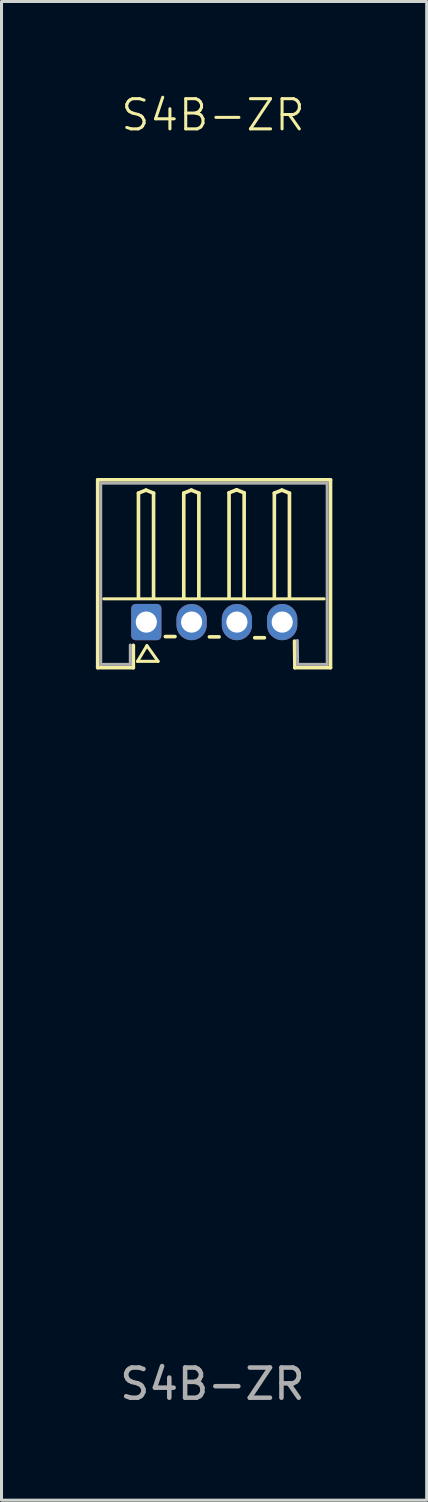
<source format=kicad_pcb>
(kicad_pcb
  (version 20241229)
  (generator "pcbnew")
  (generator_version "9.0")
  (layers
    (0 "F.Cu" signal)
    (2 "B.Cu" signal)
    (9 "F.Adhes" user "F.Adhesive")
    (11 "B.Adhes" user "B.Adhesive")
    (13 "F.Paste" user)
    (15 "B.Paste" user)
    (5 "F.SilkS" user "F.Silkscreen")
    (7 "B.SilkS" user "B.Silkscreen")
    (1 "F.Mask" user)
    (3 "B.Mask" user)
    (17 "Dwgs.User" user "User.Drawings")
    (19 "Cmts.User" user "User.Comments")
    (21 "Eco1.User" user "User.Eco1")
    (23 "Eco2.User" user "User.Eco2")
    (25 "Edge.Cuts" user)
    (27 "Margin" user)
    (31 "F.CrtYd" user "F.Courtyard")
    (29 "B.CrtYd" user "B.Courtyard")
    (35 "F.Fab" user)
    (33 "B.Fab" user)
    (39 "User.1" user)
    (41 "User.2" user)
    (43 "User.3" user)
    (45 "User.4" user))
  (footprint "S4B-ZR"
    (layer "F.Cu")
    (at 3.985 15.88)
    (property "Reference" "S4B-ZR" (at 0.02 -15.12 0) (unlocked yes) (layer "F.SilkS") (effects (font (size 1 1) (thickness 0.1))))
    (attr smd)
    (fp_line (start -3.8 -3.04) (end 3.91 -3.04) (stroke (width 0.12) (type solid)) (layer "F.SilkS"))
    (fp_line (start -3.8 3.18) (end -3.8 -3.04) (stroke (width 0.12) (type solid)) (layer "F.SilkS"))
    (fp_line (start -3.8 3.18) (end -2.62 3.18) (stroke (width 0.12) (type default)) (layer "F.SilkS"))
    (fp_line (start -2.62 3.18) (end -2.62 2.44) (stroke (width 0.12) (type default)) (layer "F.SilkS"))
    (fp_line (start -2.48 2.97) (end -2.17 2.45) (stroke (width 0.1) (type default)) (layer "F.SilkS"))
    (fp_line (start -2.45 -2.6) (end -2.2 -2.7) (stroke (width 0.12) (type solid)) (layer "F.SilkS"))
    (fp_line (start -2.45 0.85) (end -2.45 -2.6) (stroke (width 0.12) (type solid)) (layer "F.SilkS"))
    (fp_line (start -2.2 -2.7) (end -1.95 -2.6) (stroke (width 0.12) (type solid)) (layer "F.SilkS"))
    (fp_line (start -1.95 -2.6) (end -1.95 0.85) (stroke (width 0.12) (type solid)) (layer "F.SilkS"))
    (fp_line (start -1.8 2.97) (end -2.48 2.97) (stroke (width 0.1) (type default)) (layer "F.SilkS"))
    (fp_line (start -1.8 2.97) (end -2.17 2.45) (stroke (width 0.1) (type default)) (layer "F.SilkS"))
    (fp_line (start -1.24 2.15) (end -1.56 2.15) (stroke (width 0.12) (type solid)) (layer "F.SilkS"))
    (fp_line (start -0.95 -2.6) (end -0.7 -2.7) (stroke (width 0.12) (type solid)) (layer "F.SilkS"))
    (fp_line (start -0.95 0.85) (end -0.95 -2.6) (stroke (width 0.12) (type solid)) (layer "F.SilkS"))
    (fp_line (start -0.7 -2.7) (end -0.45 -2.6) (stroke (width 0.12) (type solid)) (layer "F.SilkS"))
    (fp_line (start -0.45 -2.6) (end -0.45 0.85) (stroke (width 0.12) (type solid)) (layer "F.SilkS"))
    (fp_line (start 0.22 2.16) (end -0.1 2.16) (stroke (width 0.12) (type solid)) (layer "F.SilkS"))
    (fp_line (start 0.55 -2.61) (end 0.8 -2.71) (stroke (width 0.12) (type solid)) (layer "F.SilkS"))
    (fp_line (start 0.55 0.85) (end 0.55 -2.61) (stroke (width 0.12) (type solid)) (layer "F.SilkS"))
    (fp_line (start 0.8 -2.71) (end 1.05 -2.61) (stroke (width 0.12) (type solid)) (layer "F.SilkS"))
    (fp_line (start 1.05 -2.61) (end 1.05 0.85) (stroke (width 0.12) (type solid)) (layer "F.SilkS"))
    (fp_line (start 1.72 2.19) (end 1.4 2.19) (stroke (width 0.12) (type solid)) (layer "F.SilkS"))
    (fp_line (start 2.05 -2.6) (end 2.3 -2.7) (stroke (width 0.12) (type solid)) (layer "F.SilkS"))
    (fp_line (start 2.05 0.85) (end 2.05 -2.6) (stroke (width 0.12) (type solid)) (layer "F.SilkS"))
    (fp_line (start 2.3 -2.7) (end 2.55 -2.6) (stroke (width 0.12) (type solid)) (layer "F.SilkS"))
    (fp_line (start 2.55 -2.6) (end 2.55 0.85) (stroke (width 0.12) (type solid)) (layer "F.SilkS"))
    (fp_line (start 2.73 3.18) (end 2.72 2.3) (stroke (width 0.12) (type default)) (layer "F.SilkS"))
    (fp_line (start 2.73 3.18) (end 3.91 3.18) (stroke (width 0.12) (type default)) (layer "F.SilkS"))
    (fp_line (start 3.7 0.9) (end -3.6 0.9) (stroke (width 0.1) (type default)) (layer "F.SilkS"))
    (fp_line (start 3.91 3.18) (end 3.91 -3.04) (stroke (width 0.12) (type solid)) (layer "F.SilkS"))
    (fp_rect (start -3.96 -3.2) (end 4.07 3.34) (stroke (width 0.05) (type default)) (fill no) (layer "Margin"))
    (fp_line (start -3.7 -2.93) (end -3.7 3.07) (stroke (width 0.1) (type solid)) (layer "F.Fab"))
    (fp_line (start -3.7 -2.93) (end 3.8 -2.93) (stroke (width 0.1) (type solid)) (layer "F.Fab"))
    (fp_line (start -3.7 3.07) (end -2.72 3.07) (stroke (width 0.1) (type default)) (layer "F.Fab"))
    (fp_line (start -2.72 3.07) (end -2.72 2.43) (stroke (width 0.1) (type default)) (layer "F.Fab"))
    (fp_line (start 2.82 3.07) (end 2.81 2.28) (stroke (width 0.1) (type default)) (layer "F.Fab"))
    (fp_line (start 2.82 3.07) (end 3.8 3.07) (stroke (width 0.1) (type default)) (layer "F.Fab"))
    (fp_line (start 3.8 -2.93) (end 3.8 3.07) (stroke (width 0.1) (type solid)) (layer "F.Fab"))
    (fp_text user "${REFERENCE}" (at 0 26.9 0) (unlocked yes) (layer "F.Fab") (effects (font (size 1 1) (thickness 0.15))))
    (pad "1" thru_hole roundrect (at -2.19 1.67 180) (size 1 1.2) (drill 0.7) (layers "*.Cu" "*.Mask") (roundrect_rratio 0.147))
    (pad "2" thru_hole oval (at -0.69 1.67) (size 1 1.2) (drill 0.7) (layers "*.Cu" "*.Mask"))
    (pad "3" thru_hole oval (at 0.81 1.67) (size 1 1.2) (drill 0.7) (layers "*.Cu" "*.Mask"))
    (pad "4" thru_hole oval (at 2.31 1.67) (size 1 1.2) (drill 0.7) (layers "*.Cu" "*.Mask")))
  (gr_rect
    (start -3 -3)
    (end 11.08 46.629)
    (stroke (width 0.1) (type default))
    (fill no)
    (layer "Edge.Cuts")))
</source>
